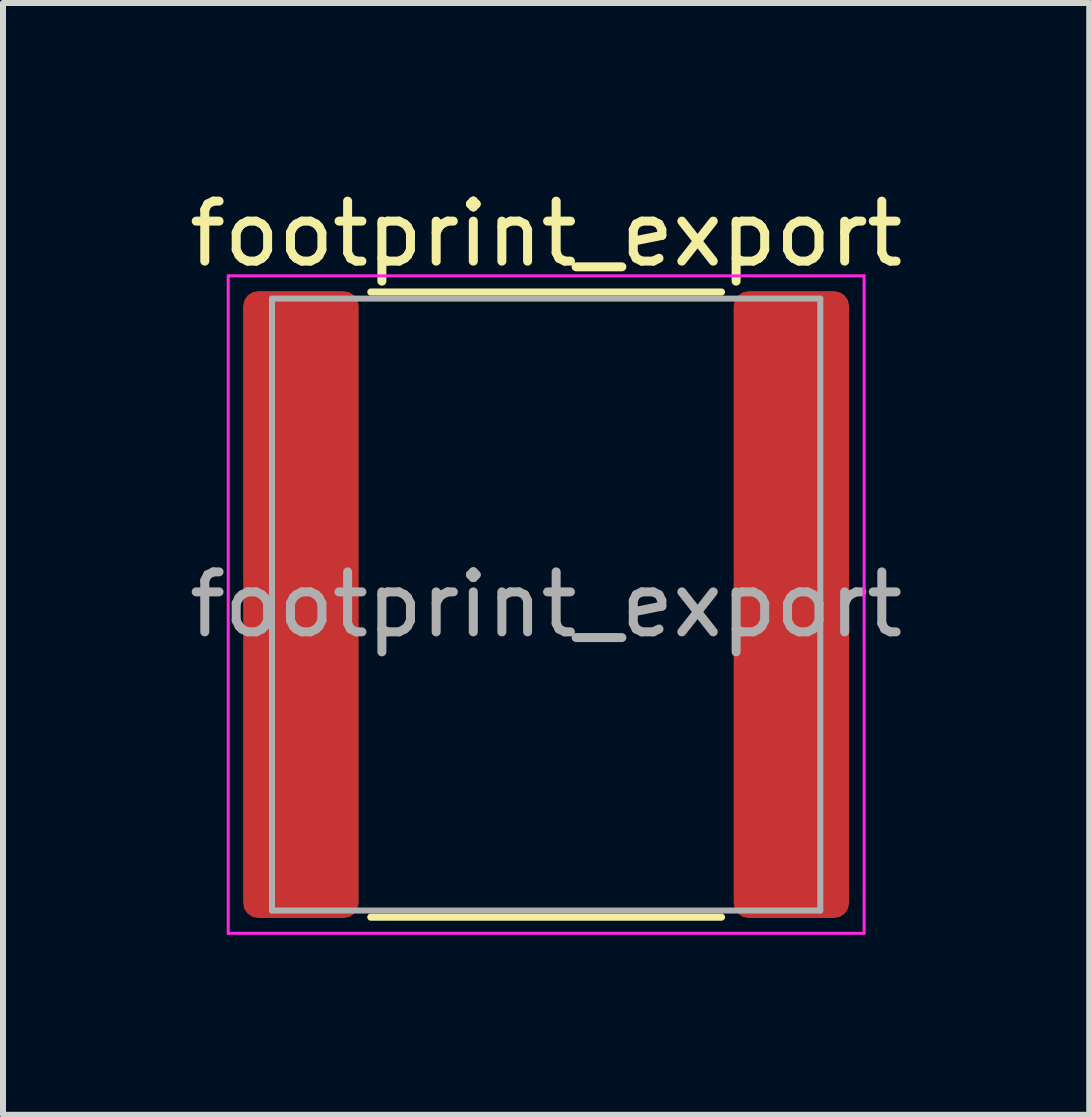
<source format=kicad_pcb>
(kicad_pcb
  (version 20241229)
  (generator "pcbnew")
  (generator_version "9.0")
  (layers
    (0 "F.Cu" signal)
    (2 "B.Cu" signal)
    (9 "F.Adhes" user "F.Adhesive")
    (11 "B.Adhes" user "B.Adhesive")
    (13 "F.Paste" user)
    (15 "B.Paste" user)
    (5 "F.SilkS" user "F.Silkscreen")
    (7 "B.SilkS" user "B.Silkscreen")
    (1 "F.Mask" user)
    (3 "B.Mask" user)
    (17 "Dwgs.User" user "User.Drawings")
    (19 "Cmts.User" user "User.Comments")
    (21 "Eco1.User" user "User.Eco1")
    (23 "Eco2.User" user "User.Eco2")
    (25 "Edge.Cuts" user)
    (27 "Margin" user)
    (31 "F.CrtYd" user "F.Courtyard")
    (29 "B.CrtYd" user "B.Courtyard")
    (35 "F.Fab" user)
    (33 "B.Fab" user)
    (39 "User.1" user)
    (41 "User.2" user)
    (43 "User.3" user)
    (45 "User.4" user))
  (footprint "footprint_export"
    (layer "F.Cu")
    (at 6.054 7.028)
    (property "Reference" "footprint_export" (at 0 -6.18 0) (layer "F.SilkS") (effects (font (size 1 1) (thickness 0.15))))
    (attr smd)
    (fp_line (start -2.922 -5.21) (end 2.922 -5.21) (stroke (width 0.12) (type solid)) (layer "F.SilkS"))
    (fp_line (start -2.922 5.21) (end 2.922 5.21) (stroke (width 0.12) (type solid)) (layer "F.SilkS"))
    (fp_line (start -5.3 -5.48) (end 5.3 -5.48) (stroke (width 0.05) (type solid)) (layer "F.CrtYd"))
    (fp_line (start -5.3 5.48) (end -5.3 -5.48) (stroke (width 0.05) (type solid)) (layer "F.CrtYd"))
    (fp_line (start 5.3 -5.48) (end 5.3 5.48) (stroke (width 0.05) (type solid)) (layer "F.CrtYd"))
    (fp_line (start 5.3 5.48) (end -5.3 5.48) (stroke (width 0.05) (type solid)) (layer "F.CrtYd"))
    (fp_line (start -4.57 -5.1) (end 4.57 -5.1) (stroke (width 0.1) (type solid)) (layer "F.Fab"))
    (fp_line (start -4.57 5.1) (end -4.57 -5.1) (stroke (width 0.1) (type solid)) (layer "F.Fab"))
    (fp_line (start 4.57 -5.1) (end 4.57 5.1) (stroke (width 0.1) (type solid)) (layer "F.Fab"))
    (fp_line (start 4.57 5.1) (end -4.57 5.1) (stroke (width 0.1) (type solid)) (layer "F.Fab"))
    (fp_text user "${REFERENCE}" (at 0 0 0) (layer "F.Fab") (effects (font (size 1 1) (thickness 0.15))))
    (pad "1" smd roundrect (at -4.088 0) (size 1.925 10.45) (layers "F.Cu" "F.Mask" "F.Paste") (roundrect_rratio 0.13))
    (pad "2" smd roundrect (at 4.088 0) (size 1.925 10.45) (layers "F.Cu" "F.Mask" "F.Paste") (roundrect_rratio 0.13)))
  (gr_rect
    (start -3 -3)
    (end 15.107 15.533)
    (stroke (width 0.1) (type default))
    (fill no)
    (layer "Edge.Cuts")))
</source>
